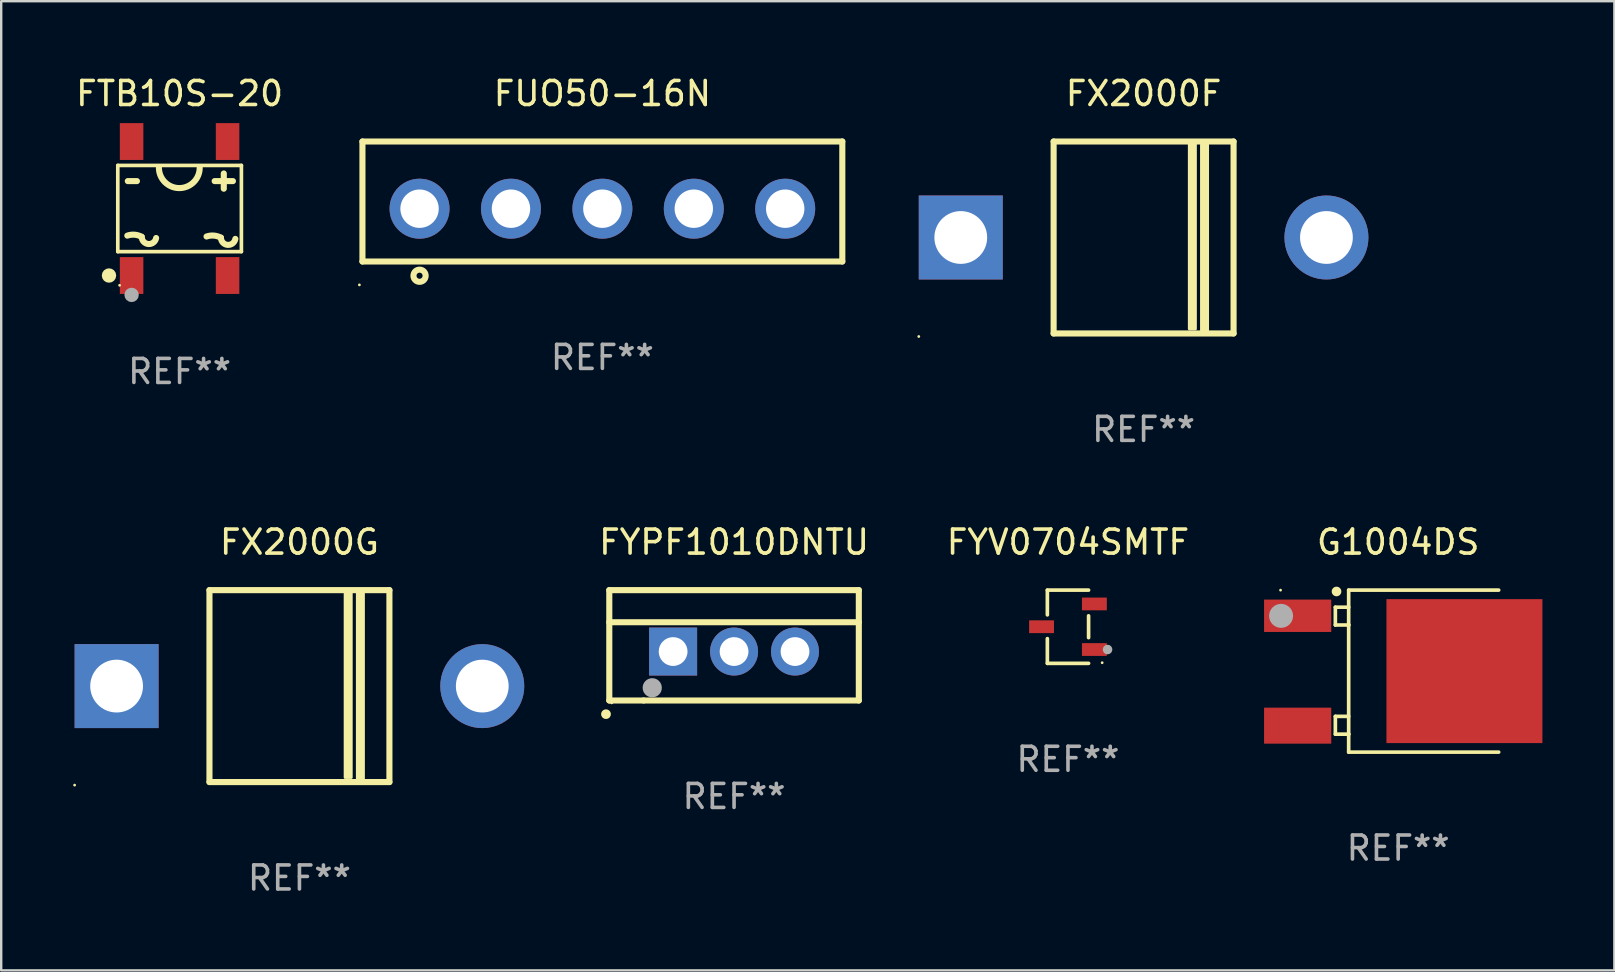
<source format=kicad_pcb>
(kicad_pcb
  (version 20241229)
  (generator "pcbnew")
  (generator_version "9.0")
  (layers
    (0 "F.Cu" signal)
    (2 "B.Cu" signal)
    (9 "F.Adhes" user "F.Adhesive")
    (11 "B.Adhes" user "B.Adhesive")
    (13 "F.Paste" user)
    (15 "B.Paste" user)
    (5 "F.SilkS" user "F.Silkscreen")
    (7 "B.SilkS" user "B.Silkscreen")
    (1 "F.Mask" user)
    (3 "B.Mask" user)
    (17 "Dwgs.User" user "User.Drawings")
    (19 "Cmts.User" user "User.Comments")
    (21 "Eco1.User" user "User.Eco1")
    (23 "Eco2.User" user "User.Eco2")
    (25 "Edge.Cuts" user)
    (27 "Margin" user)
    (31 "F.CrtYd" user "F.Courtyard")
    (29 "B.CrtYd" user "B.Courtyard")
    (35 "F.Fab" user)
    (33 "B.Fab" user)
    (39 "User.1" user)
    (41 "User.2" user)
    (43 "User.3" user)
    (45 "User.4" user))
  (footprint "FTB10S-20"
    (layer "F.Cu")
    (at 4.435 5.641)
    (property "Reference" "FTB10S-20" (at 0 -4.792 0) (layer "F.SilkS") (effects (font (size 1 1) (thickness 0.15))))
    (attr through_hole)
    (fp_line (start -2.576 -1.796) (end 2.576 -1.796) (stroke (width 0.152) (type solid)) (layer "F.SilkS"))
    (fp_line (start -2.576 1.796) (end -2.576 -1.796) (stroke (width 0.152) (type solid)) (layer "F.SilkS"))
    (fp_line (start -2.159 -1.143) (end -1.778 -1.143) (stroke (width 0.254) (type solid)) (layer "F.SilkS"))
    (fp_line (start 1.461 -1.143) (end 2.223 -1.143) (stroke (width 0.254) (type solid)) (layer "F.SilkS"))
    (fp_line (start 1.842 -1.461) (end 1.842 -0.826) (stroke (width 0.254) (type solid)) (layer "F.SilkS"))
    (fp_line (start 2.576 -1.796) (end 2.576 1.796) (stroke (width 0.152) (type solid)) (layer "F.SilkS"))
    (fp_line (start 2.576 1.796) (end -2.576 1.796) (stroke (width 0.152) (type solid)) (layer "F.SilkS"))
    (fp_arc (start -2.178512 1.129235) (mid -1.873206 1.091274) (end -1.57841 1.179298) (stroke (width 0.254001) (type solid)) (layer "F.SilkS"))
    (fp_arc (start -0.978435 1.229286) (mid -1.301335 1.479299) (end -1.578411 1.179299) (stroke (width 0.254001) (type solid)) (layer "F.SilkS"))
    (fp_arc (start 0.838202 -1.701803) (mid -0.011824 -0.851917) (end -0.86185 -1.701804) (stroke (width 0.254001) (type solid)) (layer "F.SilkS"))
    (fp_arc (start 1.12347 1.165507) (mid 1.428776 1.127546) (end 1.723571 1.21557) (stroke (width 0.254001) (type solid)) (layer "F.SilkS"))
    (fp_arc (start 2.323546 1.265558) (mid 2.000646 1.515571) (end 1.72357 1.215571) (stroke (width 0.254001) (type solid)) (layer "F.SilkS"))
    (fp_circle (center -2.942 2.792) (end -2.792 2.792) (stroke (width 0.3) (type solid)) (fill no) (layer "F.SilkS"))
    (fp_circle (center -2.5 3.2) (end -2.47 3.2) (stroke (width 0.06) (type solid)) (fill no) (layer "F.SilkS"))
    (fp_circle (center -2 3.6) (end -1.85 3.6) (stroke (width 0.3) (type solid)) (fill no) (layer "F.Fab"))
    (fp_text user "REF**" (at 0 6.792 0) (layer "F.Fab") (effects (font (size 1 1) (thickness 0.15))))
    (pad "1" smd rect (at -2 2.792 180) (size 0.98 1.535) (layers "F.Cu" "F.Mask" "F.Paste"))
    (pad "2" smd rect (at 2 2.792 180) (size 0.98 1.535) (layers "F.Cu" "F.Mask" "F.Paste"))
    (pad "3" smd rect (at 2 -2.792 180) (size 0.98 1.535) (layers "F.Cu" "F.Mask" "F.Paste"))
    (pad "4" smd rect (at -2 -2.792 180) (size 0.98 1.535) (layers "F.Cu" "F.Mask" "F.Paste")))
  (footprint "FX2000G"
    (layer "F.Cu")
    (at 9.43 25.545)
    (property "Reference" "FX2000G" (at 0 -6 0) (layer "F.SilkS") (effects (font (size 1 1) (thickness 0.15))))
    (attr through_hole)
    (fp_line (start -3.75 4) (end -3.75 -4) (stroke (width 0.254) (type solid)) (layer "F.SilkS"))
    (fp_line (start -3.75 -4) (end 3.75 -4) (stroke (width 0.254) (type solid)) (layer "F.SilkS"))
    (fp_line (start 3.75 4) (end -3.75 4) (stroke (width 0.254) (type solid)) (layer "F.SilkS"))
    (fp_line (start 3.75 -4) (end 3.75 4) (stroke (width 0.254) (type solid)) (layer "F.SilkS"))
    (fp_circle (center -9.37 4.127) (end -9.34 4.127) (stroke (width 0.06) (type solid)) (fill no) (layer "F.SilkS"))
    (fp_poly (pts (xy 1.905 -3.937) (xy 2.159 -3.937) (xy 2.159 3.81) (xy 1.905 3.81)) (stroke (width 0.12) (type solid)) (fill yes) (layer "F.SilkS"))
    (fp_poly (pts (xy 2.413 -3.874) (xy 2.667 -3.874) (xy 2.667 3.874) (xy 2.413 3.874)) (stroke (width 0.12) (type solid)) (fill yes) (layer "F.SilkS"))
    (fp_text user "REF**" (at 0 8 0) (layer "F.Fab") (effects (font (size 1 1) (thickness 0.15))))
    (pad "1" thru_hole rect (at -7.62 0) (size 3.5 3.5) (drill 2.2) (layers "*.Cu" "*.Mask"))
    (pad "2" thru_hole circle (at 7.62 0) (size 3.5 3.5) (drill 2.2) (layers "*.Cu" "*.Mask")))
  (footprint "FX2000F"
    (layer "F.Cu")
    (at 44.613 6.848)
    (property "Reference" "FX2000F" (at 0 -6 0) (layer "F.SilkS") (effects (font (size 1 1) (thickness 0.15))))
    (attr through_hole)
    (fp_line (start -3.75 4) (end -3.75 -4) (stroke (width 0.254) (type solid)) (layer "F.SilkS"))
    (fp_line (start -3.75 -4) (end 3.75 -4) (stroke (width 0.254) (type solid)) (layer "F.SilkS"))
    (fp_line (start 3.75 4) (end -3.75 4) (stroke (width 0.254) (type solid)) (layer "F.SilkS"))
    (fp_line (start 3.75 -4) (end 3.75 4) (stroke (width 0.254) (type solid)) (layer "F.SilkS"))
    (fp_circle (center -9.37 4.127) (end -9.34 4.127) (stroke (width 0.06) (type solid)) (fill no) (layer "F.SilkS"))
    (fp_poly (pts (xy 1.905 -3.937) (xy 2.159 -3.937) (xy 2.159 3.81) (xy 1.905 3.81)) (stroke (width 0.12) (type solid)) (fill yes) (layer "F.SilkS"))
    (fp_poly (pts (xy 2.413 -3.874) (xy 2.667 -3.874) (xy 2.667 3.874) (xy 2.413 3.874)) (stroke (width 0.12) (type solid)) (fill yes) (layer "F.SilkS"))
    (fp_text user "REF**" (at 0 8 0) (layer "F.Fab") (effects (font (size 1 1) (thickness 0.15))))
    (pad "1" thru_hole rect (at -7.62 0) (size 3.5 3.5) (drill 2.2) (layers "*.Cu" "*.Mask"))
    (pad "2" thru_hole circle (at 7.62 0) (size 3.5 3.5) (drill 2.2) (layers "*.Cu" "*.Mask")))
  (footprint "G1004DS"
    (layer "F.Cu")
    (at 55.223 24.921)
    (property "Reference" "G1004DS" (at 0 -5.376 0) (layer "F.SilkS") (effects (font (size 1 1) (thickness 0.15))))
    (attr through_hole)
    (fp_line (start -2.618 -2.664) (end -2.618 -1.922) (stroke (width 0.152) (type solid)) (layer "F.SilkS"))
    (fp_line (start -2.618 -1.922) (end -2.062 -1.922) (stroke (width 0.152) (type solid)) (layer "F.SilkS"))
    (fp_line (start -2.618 1.886) (end -2.618 2.628) (stroke (width 0.152) (type solid)) (layer "F.SilkS"))
    (fp_line (start -2.618 2.628) (end -2.062 2.628) (stroke (width 0.152) (type solid)) (layer "F.SilkS"))
    (fp_line (start -2.063 -3.376) (end -2.063 3.376) (stroke (width 0.152) (type solid)) (layer "F.SilkS"))
    (fp_line (start -2.062 -2.664) (end -2.618 -2.664) (stroke (width 0.152) (type solid)) (layer "F.SilkS"))
    (fp_line (start -2.062 -1.922) (end -2.062 -1.933) (stroke (width 0.152) (type solid)) (layer "F.SilkS"))
    (fp_line (start -2.062 1.886) (end -2.618 1.886) (stroke (width 0.152) (type solid)) (layer "F.SilkS"))
    (fp_line (start -2.062 2.628) (end -2.062 2.617) (stroke (width 0.152) (type solid)) (layer "F.SilkS"))
    (fp_line (start 4.189 -3.376) (end -2.063 -3.376) (stroke (width 0.152) (type solid)) (layer "F.SilkS"))
    (fp_line (start 4.189 3.376) (end -2.063 3.376) (stroke (width 0.152) (type solid)) (layer "F.SilkS"))
    (fp_arc (start -2.570879 -3.319279) (mid -2.569609 -3.319283) (end -2.568339 -3.319279) (stroke (width 0.4) (type solid)) (layer "F.SilkS"))
    (fp_circle (center -4.902 -3.375) (end -4.872 -3.375) (stroke (width 0.06) (type solid)) (fill no) (layer "F.SilkS"))
    (fp_circle (center -4.88 -2.303) (end -4.63 -2.303) (stroke (width 0.5) (type solid)) (fill no) (layer "F.Fab"))
    (fp_text user "REF**" (at 0 7.376 0) (layer "F.Fab") (effects (font (size 1 1) (thickness 0.15))))
    (pad "1" smd rect (at -4.189 -2.307) (size 2.8 1.35) (layers "F.Cu" "F.Mask" "F.Paste"))
    (pad "3" smd rect (at -4.189 2.273) (size 2.8 1.5) (layers "F.Cu" "F.Mask" "F.Paste"))
    (pad "4" smd rect (at 2.761 -0.000076) (size 6.5 6) (layers "F.Cu" "F.Mask" "F.Paste")))
  (footprint "FYV0704SMTF"
    (layer "F.Cu")
    (at 41.461 23.071)
    (property "Reference" "FYV0704SMTF" (at 0 -3.526 0) (layer "F.SilkS") (effects (font (size 1 1) (thickness 0.15))))
    (attr through_hole)
    (fp_line (start -0.859 -1.526) (end -0.859 -0.495) (stroke (width 0.152) (type solid)) (layer "F.SilkS"))
    (fp_line (start -0.859 1.526) (end -0.859 0.495) (stroke (width 0.152) (type solid)) (layer "F.SilkS"))
    (fp_line (start 0.859 -1.526) (end -0.859 -1.526) (stroke (width 0.152) (type solid)) (layer "F.SilkS"))
    (fp_line (start 0.859 -0.455) (end 0.859 0.455) (stroke (width 0.152) (type solid)) (layer "F.SilkS"))
    (fp_line (start 0.859 1.526) (end -0.859 1.526) (stroke (width 0.152) (type solid)) (layer "F.SilkS"))
    (fp_circle (center 1.425 1.5) (end 1.455 1.5) (stroke (width 0.06) (type solid)) (fill no) (layer "F.SilkS"))
    (fp_circle (center 1.65 0.95) (end 1.75 0.95) (stroke (width 0.2) (type solid)) (fill no) (layer "F.Fab"))
    (fp_text user "REF**" (at 0 5.526 0) (layer "F.Fab") (effects (font (size 1 1) (thickness 0.15))))
    (pad "1" smd rect (at 1.101 0.95) (size 1.037 0.532) (layers "F.Cu" "F.Mask" "F.Paste"))
    (pad "2" smd rect (at 1.101 -0.95) (size 1.037 0.532) (layers "F.Cu" "F.Mask" "F.Paste"))
    (pad "3" smd rect (at -1.101 0) (size 1.037 0.532) (layers "F.Cu" "F.Mask" "F.Paste")))
  (footprint "FYPF1010DNTU"
    (layer "F.Cu")
    (at 27.544 23.845)
    (property "Reference" "FYPF1010DNTU" (at 0 -4.3 0) (layer "F.SilkS") (effects (font (size 1 1) (thickness 0.15))))
    (attr through_hole)
    (fp_line (start -5.2 -2.3) (end -5.2 2.3) (stroke (width 0.254) (type solid)) (layer "F.SilkS"))
    (fp_line (start -5.2 -0.961) (end 5.2 -0.961) (stroke (width 0.254) (type solid)) (layer "F.SilkS"))
    (fp_line (start -5.2 2.3) (end -3.768 2.3) (stroke (width 0.254) (type solid)) (layer "F.SilkS"))
    (fp_line (start -3.768 2.3) (end 5.2 2.3) (stroke (width 0.254) (type solid)) (layer "F.SilkS"))
    (fp_line (start 5.2 -2.3) (end -5.2 -2.3) (stroke (width 0.254) (type solid)) (layer "F.SilkS"))
    (fp_line (start 5.2 -2.3) (end 5.2 2.3) (stroke (width 0.254) (type solid)) (layer "F.SilkS"))
    (fp_arc (start -5.340005 2.870003) (mid -5.337465 2.869987) (end -5.334925 2.870003) (stroke (width 0.4) (type solid)) (layer "F.SilkS"))
    (fp_circle (center -5.1 2.4) (end -5.07 2.4) (stroke (width 0.06) (type solid)) (fill no) (layer "F.SilkS"))
    (fp_circle (center -3.41 1.77) (end -3.21 1.77) (stroke (width 0.4) (type solid)) (fill no) (layer "F.Fab"))
    (fp_text user "REF**" (at 0 6.3 0) (layer "F.Fab") (effects (font (size 1 1) (thickness 0.15))))
    (pad "1" thru_hole rect (at -2.54 0.26) (size 2 2) (drill 1.2) (layers "*.Cu" "*.Mask"))
    (pad "2" thru_hole circle (at 0 0.26) (size 2 2) (drill 1.2) (layers "*.Cu" "*.Mask"))
    (pad "3" thru_hole circle (at 2.54 0.26) (size 2 2) (drill 1.2) (layers "*.Cu" "*.Mask")))
  (footprint "FUO50-16N"
    (layer "F.Cu")
    (at 22.056 5.348)
    (property "Reference" "FUO50-16N" (at 0 -4.5 0) (layer "F.SilkS") (effects (font (size 1 1) (thickness 0.15))))
    (attr through_hole)
    (fp_line (start -10 -2.5) (end -10 2.5) (stroke (width 0.254) (type solid)) (layer "F.SilkS"))
    (fp_line (start -10 -2.5) (end 10 -2.5) (stroke (width 0.254) (type solid)) (layer "F.SilkS"))
    (fp_line (start -10 2.5) (end 10 2.5) (stroke (width 0.254) (type solid)) (layer "F.SilkS"))
    (fp_line (start 10 -2.5) (end 10 2.5) (stroke (width 0.254) (type solid)) (layer "F.SilkS"))
    (fp_circle (center -10.127 3.475) (end -10.097 3.475) (stroke (width 0.06) (type solid)) (fill no) (layer "F.SilkS"))
    (fp_circle (center -7.62 3.094) (end -7.366 3.094) (stroke (width 0.254) (type solid)) (fill no) (layer "F.SilkS"))
    (fp_text user "REF**" (at 0 6.5 0) (layer "F.Fab") (effects (font (size 1 1) (thickness 0.15))))
    (pad "1" thru_hole circle (at -7.62 0.3) (size 2.5 2.5) (drill 1.6) (layers "*.Cu" "*.Mask"))
    (pad "2" thru_hole circle (at -3.81 0.3) (size 2.5 2.5) (drill 1.6) (layers "*.Cu" "*.Mask"))
    (pad "3" thru_hole circle (at 0 0.3) (size 2.5 2.5) (drill 1.6) (layers "*.Cu" "*.Mask"))
    (pad "4" thru_hole circle (at 3.81 0.3) (size 2.5 2.5) (drill 1.6) (layers "*.Cu" "*.Mask"))
    (pad "5" thru_hole circle (at 7.62 0.3) (size 2.5 2.5) (drill 1.6) (layers "*.Cu" "*.Mask")))
  (gr_rect
    (start -3 -3)
    (end 64.234 37.393)
    (stroke (width 0.1) (type default))
    (fill no)
    (layer "Edge.Cuts")))
</source>
